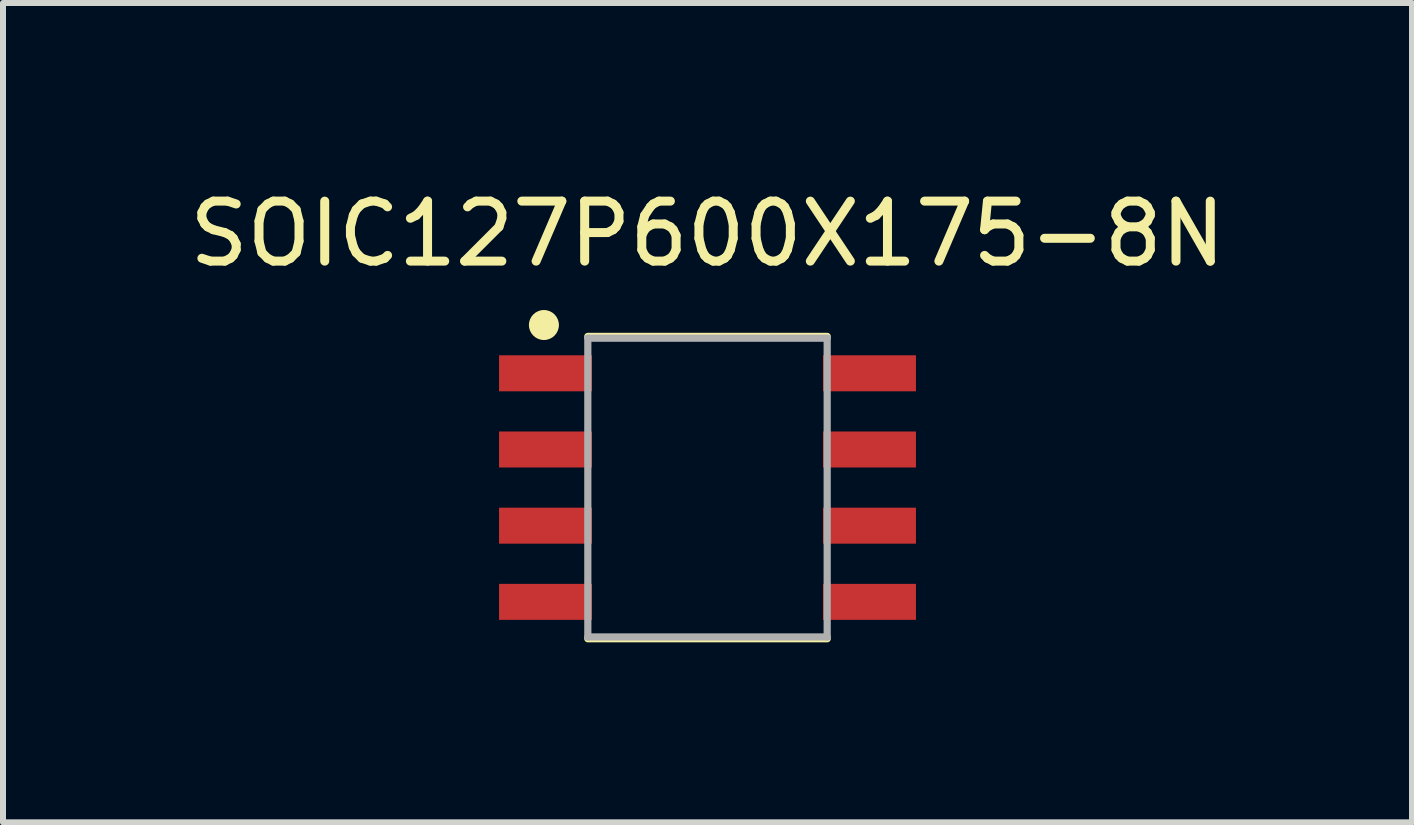
<source format=kicad_pcb>
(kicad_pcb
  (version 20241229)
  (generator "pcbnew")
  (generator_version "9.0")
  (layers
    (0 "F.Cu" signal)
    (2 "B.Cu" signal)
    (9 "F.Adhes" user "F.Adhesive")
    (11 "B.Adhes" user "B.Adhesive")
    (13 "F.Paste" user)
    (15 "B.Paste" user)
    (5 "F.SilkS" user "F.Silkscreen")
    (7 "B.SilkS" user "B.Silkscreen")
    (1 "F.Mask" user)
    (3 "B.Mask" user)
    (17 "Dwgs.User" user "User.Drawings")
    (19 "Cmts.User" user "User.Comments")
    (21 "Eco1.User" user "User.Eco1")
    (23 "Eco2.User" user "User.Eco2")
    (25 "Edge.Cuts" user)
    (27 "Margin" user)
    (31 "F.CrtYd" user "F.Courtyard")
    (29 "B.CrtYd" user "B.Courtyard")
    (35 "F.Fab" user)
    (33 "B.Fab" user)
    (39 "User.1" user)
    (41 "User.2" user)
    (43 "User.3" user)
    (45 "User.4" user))
  (footprint "SOIC127P600X175-8N"
    (layer "F.Cu")
    (at 8.744 5.078)
    (property "Reference" "SOIC127P600X175-8N" (at 0 -4.23 0) (layer "F.SilkS") (effects (font (size 1 1) (thickness 0.15))))
    (attr smd)
    (fp_line (start -1.995 -2.52) (end 1.995 -2.52) (stroke (width 0.12) (type solid)) (layer "F.SilkS"))
    (fp_line (start -1.995 2.52) (end 1.995 2.52) (stroke (width 0.12) (type solid)) (layer "F.SilkS"))
    (fp_circle (center -2.727 -2.71) (end -2.477 -2.71) (stroke (width 0) (type solid)) (fill yes) (layer "F.SilkS"))
    (fp_line (start -1.995 -2.49) (end 1.995 -2.49) (stroke (width 0.12) (type solid)) (layer "F.Fab"))
    (fp_line (start -1.995 2.49) (end -1.995 -2.49) (stroke (width 0.12) (type solid)) (layer "F.Fab"))
    (fp_line (start 1.995 -2.49) (end 1.995 2.49) (stroke (width 0.12) (type solid)) (layer "F.Fab"))
    (fp_line (start 1.995 2.49) (end -1.995 2.49) (stroke (width 0.12) (type solid)) (layer "F.Fab"))
    (pad "1" smd rect (at -2.7 -1.905) (size 1.55 0.6) (layers "F.Cu" "F.Mask" "F.Paste"))
    (pad "2" smd rect (at -2.7 -0.635) (size 1.55 0.6) (layers "F.Cu" "F.Mask" "F.Paste"))
    (pad "3" smd rect (at -2.7 0.635) (size 1.55 0.6) (layers "F.Cu" "F.Mask" "F.Paste"))
    (pad "4" smd rect (at -2.7 1.905) (size 1.55 0.6) (layers "F.Cu" "F.Mask" "F.Paste"))
    (pad "5" smd rect (at 2.7 1.905) (size 1.55 0.6) (layers "F.Cu" "F.Mask" "F.Paste"))
    (pad "6" smd rect (at 2.7 0.635) (size 1.55 0.6) (layers "F.Cu" "F.Mask" "F.Paste"))
    (pad "7" smd rect (at 2.7 -0.635) (size 1.55 0.6) (layers "F.Cu" "F.Mask" "F.Paste"))
    (pad "8" smd rect (at 2.7 -1.905) (size 1.55 0.6) (layers "F.Cu" "F.Mask" "F.Paste")))
  (gr_rect
    (start -3 -3)
    (end 20.488 10.658)
    (stroke (width 0.1) (type default))
    (fill no)
    (layer "Edge.Cuts")))
</source>
